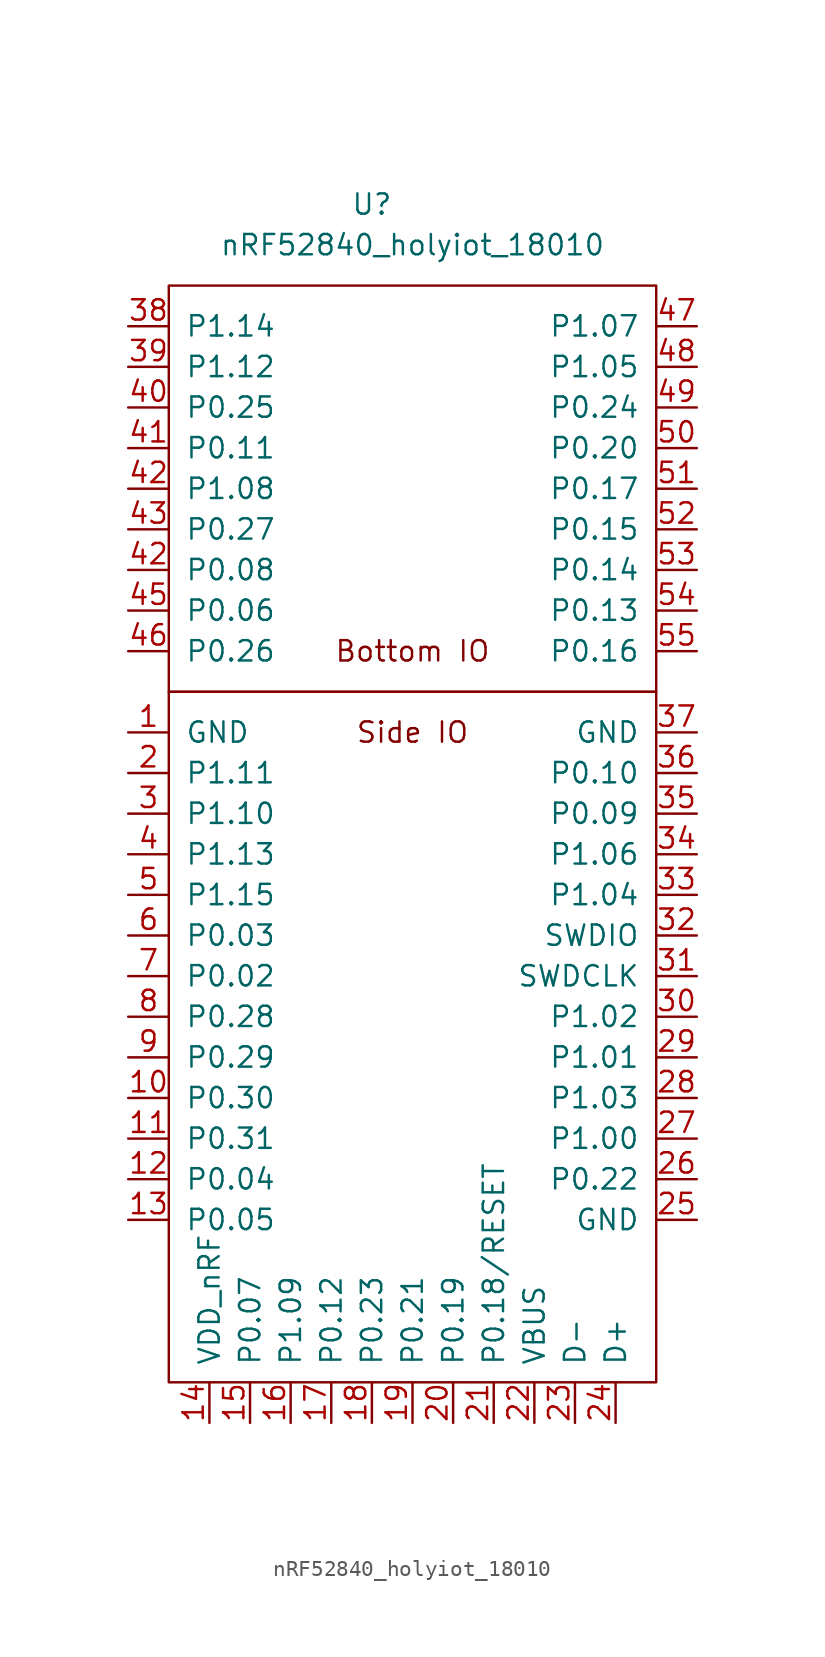
<source format=kicad_sym>
(kicad_symbol_lib
  (version 20201005)
  (generator kicad_symbol_editor)
  (symbol "josh-module:nRF52840_holyiot_18010"
    (pin_names
      (offset 1.016))
    (property "Reference" "U"
      (at -2.54 39.37 0)
      (effects (font (size 1.27 1.27))))
    (property "Value" "nRF52840_holyiot_18010"
      (at 0 36.83 0)
      (effects (font (size 1.27 1.27))))
    (symbol "nRF52840_holyiot_18010_0_0"
      (text "Bottom IO" (at 0 11.43 0) (effects (font (size 1.27 1.27))))
      (text "Side IO" (at 0 6.35 0) (effects (font (size 1.27 1.27))))
      (rectangle (start -15.24 8.89) (end 15.24 -34.29) (stroke (width 0)) (fill (type none)))
      (rectangle (start -15.24 8.89) (end 15.24 34.29) (stroke (width 0)) (fill (type none))))
    (symbol "nRF52840_holyiot_18010_1_1"
      (pin power_in line (at -17.78 6.35 0) (length 2.54) (name "GND" (effects (font (size 1.27 1.27)))) (number "1" (effects (font (size 1.27 1.27)))))
      (pin bidirectional line (at -17.78 -16.51 0) (length 2.54) (name "P0.30" (effects (font (size 1.27 1.27)))) (number "10" (effects (font (size 1.27 1.27)))))
      (pin bidirectional line (at -17.78 -19.05 0) (length 2.54) (name "P0.31" (effects (font (size 1.27 1.27)))) (number "11" (effects (font (size 1.27 1.27)))))
      (pin bidirectional line (at -17.78 -21.59 0) (length 2.54) (name "P0.04" (effects (font (size 1.27 1.27)))) (number "12" (effects (font (size 1.27 1.27)))))
      (pin bidirectional line (at -17.78 -24.13 0) (length 2.54) (name "P0.05" (effects (font (size 1.27 1.27)))) (number "13" (effects (font (size 1.27 1.27)))))
      (pin power_in line (at -12.7 -36.83 90) (length 2.54) (name "VDD_nRF" (effects (font (size 1.27 1.27)))) (number "14" (effects (font (size 1.27 1.27)))))
      (pin bidirectional line (at -10.16 -36.83 90) (length 2.54) (name "P0.07" (effects (font (size 1.27 1.27)))) (number "15" (effects (font (size 1.27 1.27)))))
      (pin bidirectional line (at -7.62 -36.83 90) (length 2.54) (name "P1.09" (effects (font (size 1.27 1.27)))) (number "16" (effects (font (size 1.27 1.27)))))
      (pin bidirectional line (at -5.08 -36.83 90) (length 2.54) (name "P0.12" (effects (font (size 1.27 1.27)))) (number "17" (effects (font (size 1.27 1.27)))))
      (pin bidirectional line (at -2.54 -36.83 90) (length 2.54) (name "P0.23" (effects (font (size 1.27 1.27)))) (number "18" (effects (font (size 1.27 1.27)))))
      (pin bidirectional line (at 0 -36.83 90) (length 2.54) (name "P0.21" (effects (font (size 1.27 1.27)))) (number "19" (effects (font (size 1.27 1.27)))))
      (pin bidirectional line (at -17.78 3.81 0) (length 2.54) (name "P1.11" (effects (font (size 1.27 1.27)))) (number "2" (effects (font (size 1.27 1.27)))))
      (pin bidirectional line (at 2.54 -36.83 90) (length 2.54) (name "P0.19" (effects (font (size 1.27 1.27)))) (number "20" (effects (font (size 1.27 1.27)))))
      (pin input line (at 5.08 -36.83 90) (length 2.54) (name "P0.18/RESET" (effects (font (size 1.27 1.27)))) (number "21" (effects (font (size 1.27 1.27)))))
      (pin power_in line (at 7.62 -36.83 90) (length 2.54) (name "VBUS" (effects (font (size 1.27 1.27)))) (number "22" (effects (font (size 1.27 1.27)))))
      (pin bidirectional line (at 10.16 -36.83 90) (length 2.54) (name "D-" (effects (font (size 1.27 1.27)))) (number "23" (effects (font (size 1.27 1.27)))))
      (pin bidirectional line (at 12.7 -36.83 90) (length 2.54) (name "D+" (effects (font (size 1.27 1.27)))) (number "24" (effects (font (size 1.27 1.27)))))
      (pin power_in line (at 17.78 -24.13 180) (length 2.54) (name "GND" (effects (font (size 1.27 1.27)))) (number "25" (effects (font (size 1.27 1.27)))))
      (pin bidirectional line (at 17.78 -21.59 180) (length 2.54) (name "P0.22" (effects (font (size 1.27 1.27)))) (number "26" (effects (font (size 1.27 1.27)))))
      (pin bidirectional line (at 17.78 -19.05 180) (length 2.54) (name "P1.00" (effects (font (size 1.27 1.27)))) (number "27" (effects (font (size 1.27 1.27)))))
      (pin bidirectional line (at 17.78 -16.51 180) (length 2.54) (name "P1.03" (effects (font (size 1.27 1.27)))) (number "28" (effects (font (size 1.27 1.27)))))
      (pin bidirectional line (at 17.78 -13.97 180) (length 2.54) (name "P1.01" (effects (font (size 1.27 1.27)))) (number "29" (effects (font (size 1.27 1.27)))))
      (pin bidirectional line (at -17.78 1.27 0) (length 2.54) (name "P1.10" (effects (font (size 1.27 1.27)))) (number "3" (effects (font (size 1.27 1.27)))))
      (pin bidirectional line (at 17.78 -11.43 180) (length 2.54) (name "P1.02" (effects (font (size 1.27 1.27)))) (number "30" (effects (font (size 1.27 1.27)))))
      (pin bidirectional line (at 17.78 -8.89 180) (length 2.54) (name "SWDCLK" (effects (font (size 1.27 1.27)))) (number "31" (effects (font (size 1.27 1.27)))))
      (pin bidirectional line (at 17.78 -6.35 180) (length 2.54) (name "SWDIO" (effects (font (size 1.27 1.27)))) (number "32" (effects (font (size 1.27 1.27)))))
      (pin bidirectional line (at 17.78 -3.81 180) (length 2.54) (name "P1.04" (effects (font (size 1.27 1.27)))) (number "33" (effects (font (size 1.27 1.27)))))
      (pin bidirectional line (at 17.78 -1.27 180) (length 2.54) (name "P1.06" (effects (font (size 1.27 1.27)))) (number "34" (effects (font (size 1.27 1.27)))))
      (pin bidirectional line (at 17.78 1.27 180) (length 2.54) (name "P0.09" (effects (font (size 1.27 1.27)))) (number "35" (effects (font (size 1.27 1.27)))))
      (pin bidirectional line (at 17.78 3.81 180) (length 2.54) (name "P0.10" (effects (font (size 1.27 1.27)))) (number "36" (effects (font (size 1.27 1.27)))))
      (pin power_in line (at 17.78 6.35 180) (length 2.54) (name "GND" (effects (font (size 1.27 1.27)))) (number "37" (effects (font (size 1.27 1.27)))))
      (pin bidirectional line (at -17.78 31.75 0) (length 2.54) (name "P1.14" (effects (font (size 1.27 1.27)))) (number "38" (effects (font (size 1.27 1.27)))))
      (pin bidirectional line (at -17.78 29.21 0) (length 2.54) (name "P1.12" (effects (font (size 1.27 1.27)))) (number "39" (effects (font (size 1.27 1.27)))))
      (pin bidirectional line (at -17.78 -1.27 0) (length 2.54) (name "P1.13" (effects (font (size 1.27 1.27)))) (number "4" (effects (font (size 1.27 1.27)))))
      (pin bidirectional line (at -17.78 26.67 0) (length 2.54) (name "P0.25" (effects (font (size 1.27 1.27)))) (number "40" (effects (font (size 1.27 1.27)))))
      (pin bidirectional line (at -17.78 24.13 0) (length 2.54) (name "P0.11" (effects (font (size 1.27 1.27)))) (number "41" (effects (font (size 1.27 1.27)))))
      (pin bidirectional line (at -17.78 16.51 0) (length 2.54) (name "P0.08" (effects (font (size 1.27 1.27)))) (number "42" (effects (font (size 1.27 1.27)))))
      (pin bidirectional line (at -17.78 21.59 0) (length 2.54) (name "P1.08" (effects (font (size 1.27 1.27)))) (number "42" (effects (font (size 1.27 1.27)))))
      (pin bidirectional line (at -17.78 19.05 0) (length 2.54) (name "P0.27" (effects (font (size 1.27 1.27)))) (number "43" (effects (font (size 1.27 1.27)))))
      (pin bidirectional line (at -17.78 13.97 0) (length 2.54) (name "P0.06" (effects (font (size 1.27 1.27)))) (number "45" (effects (font (size 1.27 1.27)))))
      (pin bidirectional line (at -17.78 11.43 0) (length 2.54) (name "P0.26" (effects (font (size 1.27 1.27)))) (number "46" (effects (font (size 1.27 1.27)))))
      (pin bidirectional line (at 17.78 31.75 180) (length 2.54) (name "P1.07" (effects (font (size 1.27 1.27)))) (number "47" (effects (font (size 1.27 1.27)))))
      (pin bidirectional line (at 17.78 29.21 180) (length 2.54) (name "P1.05" (effects (font (size 1.27 1.27)))) (number "48" (effects (font (size 1.27 1.27)))))
      (pin bidirectional line (at 17.78 26.67 180) (length 2.54) (name "P0.24" (effects (font (size 1.27 1.27)))) (number "49" (effects (font (size 1.27 1.27)))))
      (pin bidirectional line (at -17.78 -3.81 0) (length 2.54) (name "P1.15" (effects (font (size 1.27 1.27)))) (number "5" (effects (font (size 1.27 1.27)))))
      (pin bidirectional line (at 17.78 24.13 180) (length 2.54) (name "P0.20" (effects (font (size 1.27 1.27)))) (number "50" (effects (font (size 1.27 1.27)))))
      (pin bidirectional line (at 17.78 21.59 180) (length 2.54) (name "P0.17" (effects (font (size 1.27 1.27)))) (number "51" (effects (font (size 1.27 1.27)))))
      (pin bidirectional line (at 17.78 19.05 180) (length 2.54) (name "P0.15" (effects (font (size 1.27 1.27)))) (number "52" (effects (font (size 1.27 1.27)))))
      (pin bidirectional line (at 17.78 16.51 180) (length 2.54) (name "P0.14" (effects (font (size 1.27 1.27)))) (number "53" (effects (font (size 1.27 1.27)))))
      (pin bidirectional line (at 17.78 13.97 180) (length 2.54) (name "P0.13" (effects (font (size 1.27 1.27)))) (number "54" (effects (font (size 1.27 1.27)))))
      (pin bidirectional line (at 17.78 11.43 180) (length 2.54) (name "P0.16" (effects (font (size 1.27 1.27)))) (number "55" (effects (font (size 1.27 1.27)))))
      (pin bidirectional line (at -17.78 -6.35 0) (length 2.54) (name "P0.03" (effects (font (size 1.27 1.27)))) (number "6" (effects (font (size 1.27 1.27)))))
      (pin bidirectional line (at -17.78 -8.89 0) (length 2.54) (name "P0.02" (effects (font (size 1.27 1.27)))) (number "7" (effects (font (size 1.27 1.27)))))
      (pin bidirectional line (at -17.78 -11.43 0) (length 2.54) (name "P0.28" (effects (font (size 1.27 1.27)))) (number "8" (effects (font (size 1.27 1.27)))))
      (pin bidirectional line (at -17.78 -13.97 0) (length 2.54) (name "P0.29" (effects (font (size 1.27 1.27)))) (number "9" (effects (font (size 1.27 1.27))))))))
</source>
